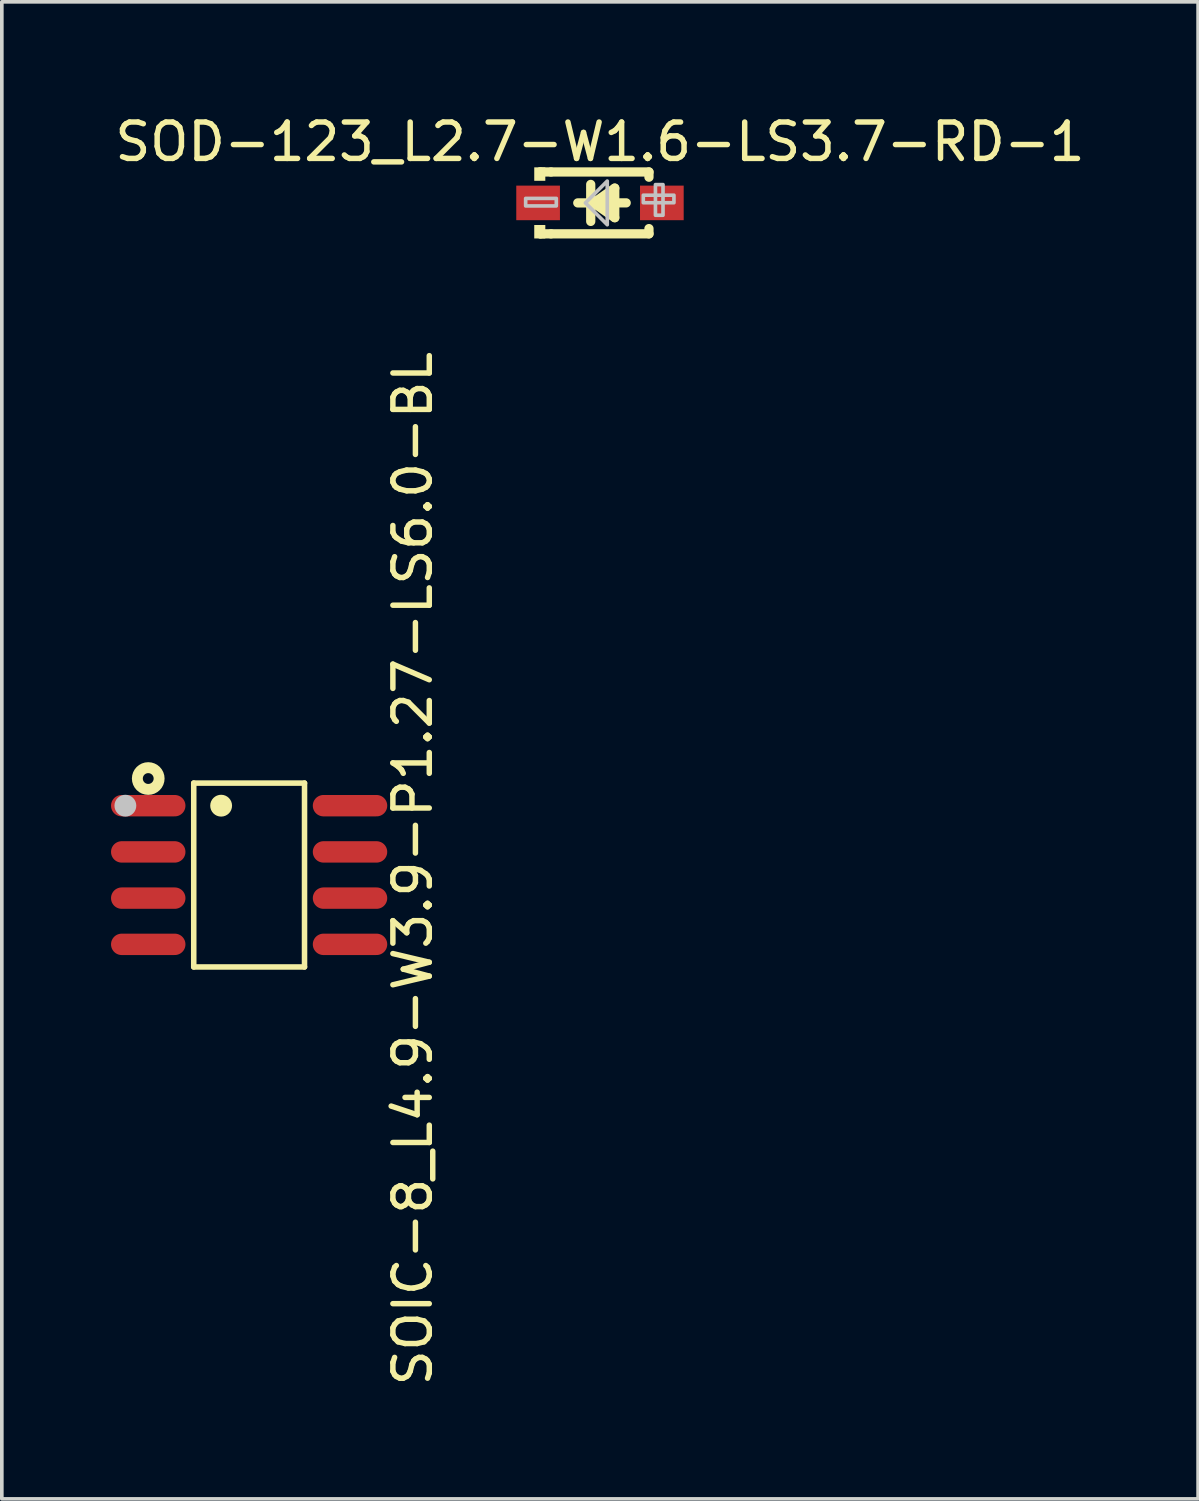
<source format=kicad_pcb>
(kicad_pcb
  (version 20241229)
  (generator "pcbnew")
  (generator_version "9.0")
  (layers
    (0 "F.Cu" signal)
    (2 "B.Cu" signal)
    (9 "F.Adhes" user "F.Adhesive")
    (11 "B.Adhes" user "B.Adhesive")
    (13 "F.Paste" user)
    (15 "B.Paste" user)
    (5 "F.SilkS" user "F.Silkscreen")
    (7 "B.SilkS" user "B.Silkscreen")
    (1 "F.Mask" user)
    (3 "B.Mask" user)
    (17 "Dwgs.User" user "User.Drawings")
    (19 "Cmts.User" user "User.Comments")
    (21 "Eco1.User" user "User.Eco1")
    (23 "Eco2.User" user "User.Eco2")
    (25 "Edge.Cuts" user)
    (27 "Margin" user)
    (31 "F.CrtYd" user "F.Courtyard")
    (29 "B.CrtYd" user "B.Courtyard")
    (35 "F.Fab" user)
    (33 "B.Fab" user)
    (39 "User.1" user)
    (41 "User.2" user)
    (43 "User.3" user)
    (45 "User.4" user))
  (footprint "SOIC-8_L4.9-W3.9-P1.27-LS6.0-BL"
    (layer "F.Cu")
    (at 3.795 20.996)
    (property "Reference" "SOIC-8_L4.9-W3.9-P1.27-LS6.0-BL" (at 4.495 -0.179 270) (layer "F.SilkS") (effects (font (size 1 1) (thickness 0.15))))
    (fp_line (start -1.522 -2.53) (end 1.522 -2.53) (stroke (width 0.152) (type default)) (layer "F.SilkS"))
    (fp_line (start -1.522 2.522) (end -1.522 -2.53) (stroke (width 0.152) (type default)) (layer "F.SilkS"))
    (fp_line (start 1.522 -2.53) (end 1.522 2.522) (stroke (width 0.152) (type default)) (layer "F.SilkS"))
    (fp_line (start 1.522 2.522) (end -1.522 2.522) (stroke (width 0.152) (type default)) (layer "F.SilkS"))
    (fp_circle (center -2.772 -2.655) (end -2.772 -2.506) (stroke (width 0.3) (type default)) (fill no) (layer "F.SilkS"))
    (fp_circle (center -0.769 -1.909) (end -0.769 -1.759) (stroke (width 0.3) (type default)) (fill no) (layer "F.SilkS"))
    (fp_circle (center -3.4 -1.909) (end -3.4 -1.759) (stroke (width 0.3) (type default)) (fill no) (layer "Dwgs.User"))
    (fp_rect (start -3 -2.119) (end -2.165 -1.699) (stroke (width 0.1) (type default)) (fill no) (layer "User.1"))
    (fp_rect (start -3 -0.849) (end -2.165 -0.429) (stroke (width 0.1) (type default)) (fill no) (layer "User.1"))
    (fp_rect (start -3 0.421) (end -2.165 0.841) (stroke (width 0.1) (type default)) (fill no) (layer "User.1"))
    (fp_rect (start -3 1.691) (end -2.165 2.111) (stroke (width 0.1) (type default)) (fill no) (layer "User.1"))
    (fp_rect (start -2.175 -2.119) (end -1.94 -1.699) (stroke (width 0.1) (type default)) (fill no) (layer "User.1"))
    (fp_rect (start -2.175 -0.849) (end -1.94 -0.429) (stroke (width 0.1) (type default)) (fill no) (layer "User.1"))
    (fp_rect (start -2.175 0.421) (end -1.94 0.841) (stroke (width 0.1) (type default)) (fill no) (layer "User.1"))
    (fp_rect (start -2.175 1.691) (end -1.94 2.111) (stroke (width 0.1) (type default)) (fill no) (layer "User.1"))
    (fp_rect (start 1.94 -2.119) (end 2.175 -1.699) (stroke (width 0.1) (type default)) (fill no) (layer "User.1"))
    (fp_rect (start 1.94 -0.849) (end 2.175 -0.429) (stroke (width 0.1) (type default)) (fill no) (layer "User.1"))
    (fp_rect (start 1.94 0.421) (end 2.175 0.841) (stroke (width 0.1) (type default)) (fill no) (layer "User.1"))
    (fp_rect (start 1.94 1.691) (end 2.175 2.111) (stroke (width 0.1) (type default)) (fill no) (layer "User.1"))
    (fp_rect (start 2.165 -2.119) (end 3 -1.699) (stroke (width 0.1) (type default)) (fill no) (layer "User.1"))
    (fp_rect (start 2.165 -0.849) (end 3 -0.429) (stroke (width 0.1) (type default)) (fill no) (layer "User.1"))
    (fp_rect (start 2.165 0.421) (end 3 0.841) (stroke (width 0.1) (type default)) (fill no) (layer "User.1"))
    (fp_rect (start 2.165 1.691) (end 3 2.111) (stroke (width 0.1) (type default)) (fill no) (layer "User.1"))
    (fp_line (start -1.95 -2.454) (end 1.95 -2.454) (stroke (width 0.051) (type default)) (layer "User.2"))
    (fp_line (start -1.95 2.446) (end -1.95 -2.454) (stroke (width 0.051) (type default)) (layer "User.2"))
    (fp_line (start 1.95 -2.454) (end 1.95 2.446) (stroke (width 0.051) (type default)) (layer "User.2"))
    (fp_line (start 1.95 2.446) (end -1.95 2.446) (stroke (width 0.051) (type default)) (layer "User.2"))
    (fp_poly (pts (xy -2.977 -2.399) (xy -2.945 -2.431) (xy -2.945 -2.477) (xy -2.977 -2.509) (xy -3.023 -2.509) (xy -3.055 -2.477) (xy -3.055 -2.431) (xy -3.023 -2.399)) (stroke (width 0.1) (type default)) (fill no) (layer "User.3"))
    (pad "1" smd oval (at -2.772 -1.909 270) (size 0.588 2.045) (layers "F.Cu" "F.Mask" "F.Paste"))
    (pad "2" smd oval (at -2.772 -0.639 270) (size 0.588 2.045) (layers "F.Cu" "F.Mask" "F.Paste"))
    (pad "3" smd oval (at -2.772 0.631 270) (size 0.588 2.045) (layers "F.Cu" "F.Mask" "F.Paste"))
    (pad "4" smd oval (at -2.772 1.901 270) (size 0.588 2.045) (layers "F.Cu" "F.Mask" "F.Paste"))
    (pad "5" smd oval (at 2.772 1.901 270) (size 0.588 2.045) (layers "F.Cu" "F.Mask" "F.Paste"))
    (pad "6" smd oval (at 2.772 0.631 270) (size 0.588 2.045) (layers "F.Cu" "F.Mask" "F.Paste"))
    (pad "7" smd oval (at 2.772 -0.639 270) (size 0.588 2.045) (layers "F.Cu" "F.Mask" "F.Paste"))
    (pad "8" smd oval (at 2.772 -1.909 270) (size 0.588 2.045) (layers "F.Cu" "F.Mask" "F.Paste")))
  (footprint "SOD-123_L2.7-W1.6-LS3.7-RD-1"
    (layer "F.Cu")
    (at 13.435 2.525)
    (property "Reference" "SOD-123_L2.7-W1.6-LS3.7-RD-1" (at 0 -1.677 0) (layer "F.SilkS") (effects (font (size 1 1) (thickness 0.15))))
    (fp_line (start -1.643 -0.85) (end -1.644 -0.849) (stroke (width 0.254) (type default)) (layer "F.SilkS"))
    (fp_line (start -1.638 0.85) (end -1.639 0.849) (stroke (width 0.254) (type default)) (layer "F.SilkS"))
    (fp_line (start -1.346 -0.85) (end -1.643 -0.85) (stroke (width 0.254) (type default)) (layer "F.SilkS"))
    (fp_line (start -1.346 -0.85) (end 1.346 -0.85) (stroke (width 0.254) (type default)) (layer "F.SilkS"))
    (fp_line (start -1.346 0.85) (end -1.638 0.85) (stroke (width 0.254) (type default)) (layer "F.SilkS"))
    (fp_line (start -0.28 0) (end -0.61 0) (stroke (width 0.254) (type default)) (layer "F.SilkS"))
    (fp_line (start -0.254 -0.508) (end -0.254 0.508) (stroke (width 0.254) (type default)) (layer "F.SilkS"))
    (fp_line (start -0.178 0) (end 0.406 -0.406) (stroke (width 0.254) (type default)) (layer "F.SilkS"))
    (fp_line (start 0.406 -0.406) (end 0.406 0.406) (stroke (width 0.254) (type default)) (layer "F.SilkS"))
    (fp_line (start 0.406 -0.001) (end 0.72 -0.001) (stroke (width 0.254) (type default)) (layer "F.SilkS"))
    (fp_line (start 0.406 0.406) (end -0.178 0) (stroke (width 0.254) (type default)) (layer "F.SilkS"))
    (fp_line (start 1.346 -0.85) (end 1.346 -0.706) (stroke (width 0.254) (type default)) (layer "F.SilkS"))
    (fp_line (start 1.346 0.706) (end 1.346 0.85) (stroke (width 0.254) (type default)) (layer "F.SilkS"))
    (fp_line (start 1.346 0.85) (end -1.346 0.85) (stroke (width 0.254) (type default)) (layer "F.SilkS"))
    (fp_poly (pts (xy 0.406 0.406) (xy 0.406 -0.406) (xy -0.178 0)) (stroke (width 0) (type default)) (fill yes) (layer "F.SilkS"))
    (fp_poly (pts (xy -1.502 -0.977) (xy -1.502 -0.607) (xy -1.806 -0.607) (xy -1.806 -0.977)) (stroke (width 0) (type default)) (fill yes) (layer "F.SilkS"))
    (fp_poly (pts (xy -1.502 0.977) (xy -1.502 0.607) (xy -1.806 0.607) (xy -1.806 0.977)) (stroke (width 0) (type default)) (fill yes) (layer "F.SilkS"))
    (fp_poly (pts (xy -0.4 0) (xy 0.2 0.6) (xy 0.2 -0.6)) (stroke (width 0.1) (type default)) (fill no) (layer "Dwgs.User"))
    (fp_poly (pts (xy -2.042 -0.124) (xy -1.2 -0.124) (xy -1.2 0.083) (xy -2.042 0.083)) (stroke (width 0.1) (type default)) (fill no) (layer "Dwgs.User"))
    (fp_poly (pts (xy 1.19 -0.212) (xy 2.032 -0.212) (xy 2.032 -0.005) (xy 1.19 -0.005)) (stroke (width 0.1) (type default)) (fill no) (layer "Dwgs.User"))
    (fp_poly (pts (xy 1.524 0.339) (xy 1.524 -0.503) (xy 1.732 -0.503) (xy 1.732 0.339)) (stroke (width 0.1) (type default)) (fill no) (layer "Dwgs.User"))
    (fp_poly (pts (xy -1.85 0.275) (xy -1.85 -0.275) (xy -1.5 -0.275) (xy -1.5 0.275)) (stroke (width 0.1) (type default)) (fill no) (layer "User.1"))
    (fp_poly (pts (xy -1.51 0.275) (xy -1.51 -0.275) (xy -1.34 -0.275) (xy -1.34 0.275)) (stroke (width 0.1) (type default)) (fill no) (layer "User.1"))
    (fp_poly (pts (xy 1.34 0.275) (xy 1.34 -0.275) (xy 1.51 -0.275) (xy 1.51 0.275)) (stroke (width 0.1) (type default)) (fill no) (layer "User.1"))
    (fp_poly (pts (xy 1.5 0.275) (xy 1.5 -0.275) (xy 1.85 -0.275) (xy 1.85 0.275)) (stroke (width 0.1) (type default)) (fill no) (layer "User.1"))
    (fp_line (start -1.35 -0.8) (end 1.35 -0.8) (stroke (width 0.051) (type default)) (layer "User.2"))
    (fp_line (start -1.35 0.8) (end -1.35 -0.8) (stroke (width 0.051) (type default)) (layer "User.2"))
    (fp_line (start 1.35 -0.8) (end 1.35 0.8) (stroke (width 0.051) (type default)) (layer "User.2"))
    (fp_line (start 1.35 0.8) (end -1.35 0.8) (stroke (width 0.051) (type default)) (layer "User.2"))
    (fp_poly (pts (xy -1.795 0.777) (xy -1.827 0.745) (xy -1.873 0.745) (xy -1.905 0.777) (xy -1.905 0.823) (xy -1.873 0.855) (xy -1.827 0.855) (xy -1.795 0.823)) (stroke (width 0.1) (type default)) (fill no) (layer "User.3"))
    (pad "1" smd rect (at -1.7 0) (size 1.2 0.95) (layers "F.Cu" "F.Mask" "F.Paste"))
    (pad "2" smd rect (at 1.7 0) (size 1.2 0.95) (layers "F.Cu" "F.Mask" "F.Paste")))
  (gr_rect
    (start -3 -3)
    (end 29.869 38.133)
    (stroke (width 0.1) (type default))
    (fill no)
    (layer "Edge.Cuts")))
</source>
